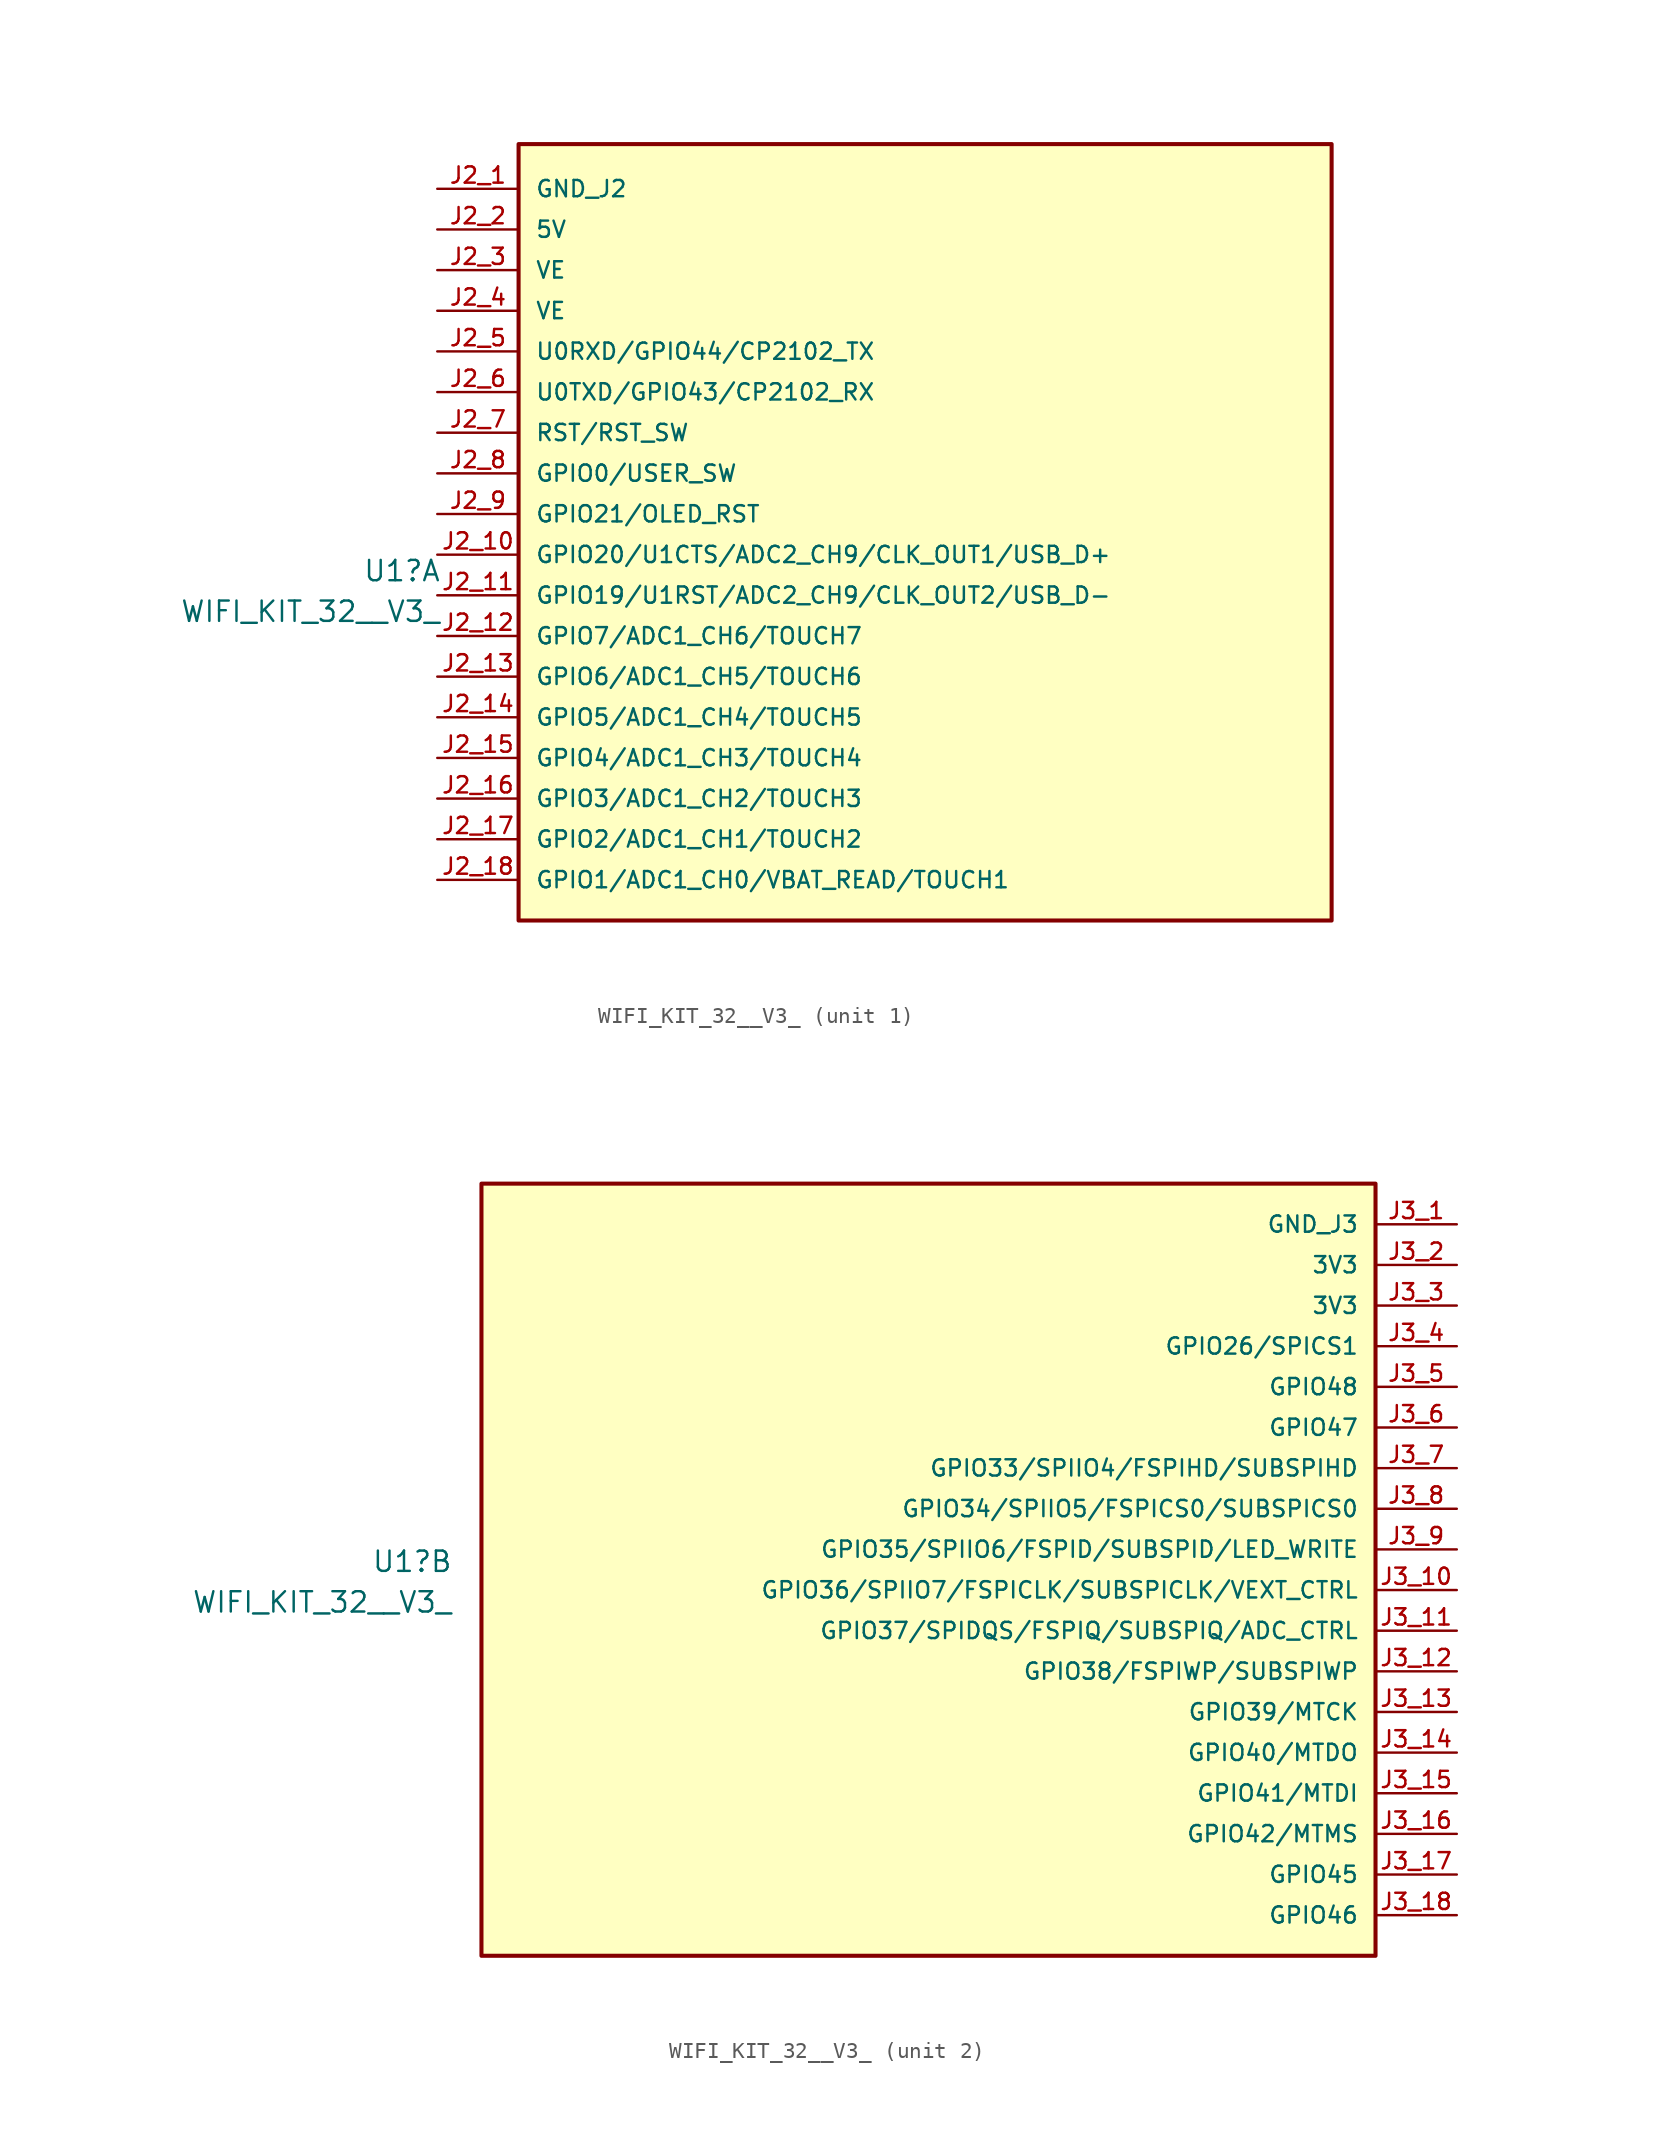
<source format=kicad_sym>
(kicad_symbol_lib
  (version 20241209)
  (generator "kicad_symbol_editor")
  (generator_version "9.0")
  (symbol "WIFI_KIT_32__V3_"
    (pin_names
      (offset 1.016))
    (property "Reference" "U1"
      (at -30.226 -1.016 0)
      (effects (font (size 1.27 1.27)) (justify right)))
    (property "Value" "WIFI_KIT_32__V3_"
      (at -30.226 -3.556 0)
      (effects (font (size 1.27 1.27)) (justify right)))
    (symbol "WIFI_KIT_32__V3__1_0"
      (rectangle (start -25.4 25.654) (end 25.4 -22.86) (stroke (width 0.254) (type default)) (fill (type background)))
      (pin power_in line (at -30.48 22.86 0) (length 5.08) (name "GND_J2" (effects (font (size 1.016 1.016)))) (number "J2_1" (effects (font (size 1.016 1.016)))))
      (pin power_in line (at -30.48 20.32 0) (length 5.08) (name "5V" (effects (font (size 1.016 1.016)))) (number "J2_2" (effects (font (size 1.016 1.016)))))
      (pin power_in line (at -30.48 17.78 0) (length 5.08) (name "VE" (effects (font (size 1.016 1.016)))) (number "J2_3" (effects (font (size 1.016 1.016)))))
      (pin power_in line (at -30.48 15.24 0) (length 5.08) (name "VE" (effects (font (size 1.016 1.016)))) (number "J2_4" (effects (font (size 1.016 1.016)))))
      (pin bidirectional line (at -30.48 12.7 0) (length 5.08) (name "U0RXD/GPIO44/CP2102_TX" (effects (font (size 1.016 1.016)))) (number "J2_5" (effects (font (size 1.016 1.016)))))
      (pin bidirectional line (at -30.48 10.16 0) (length 5.08) (name "U0TXD/GPIO43/CP2102_RX" (effects (font (size 1.016 1.016)))) (number "J2_6" (effects (font (size 1.016 1.016)))))
      (pin input line (at -30.48 7.62 0) (length 5.08) (name "RST/RST_SW" (effects (font (size 1.016 1.016)))) (number "J2_7" (effects (font (size 1.016 1.016)))))
      (pin bidirectional line (at -30.48 5.08 0) (length 5.08) (name "GPIO0/USER_SW" (effects (font (size 1.016 1.016)))) (number "J2_8" (effects (font (size 1.016 1.016)))))
      (pin bidirectional line (at -30.48 2.54 0) (length 5.08) (name "GPIO21/OLED_RST" (effects (font (size 1.016 1.016)))) (number "J2_9" (effects (font (size 1.016 1.016)))))
      (pin bidirectional line (at -30.48 0 0) (length 5.08) (name "GPIO20/U1CTS/ADC2_CH9/CLK_OUT1/USB_D+" (effects (font (size 1.016 1.016)))) (number "J2_10" (effects (font (size 1.016 1.016)))))
      (pin bidirectional line (at -30.48 -2.54 0) (length 5.08) (name "GPIO19/U1RST/ADC2_CH9/CLK_OUT2/USB_D-" (effects (font (size 1.016 1.016)))) (number "J2_11" (effects (font (size 1.016 1.016)))))
      (pin bidirectional line (at -30.48 -5.08 0) (length 5.08) (name "GPIO7/ADC1_CH6/TOUCH7" (effects (font (size 1.016 1.016)))) (number "J2_12" (effects (font (size 1.016 1.016)))))
      (pin bidirectional line (at -30.48 -7.62 0) (length 5.08) (name "GPIO6/ADC1_CH5/TOUCH6" (effects (font (size 1.016 1.016)))) (number "J2_13" (effects (font (size 1.016 1.016)))))
      (pin bidirectional line (at -30.48 -10.16 0) (length 5.08) (name "GPIO5/ADC1_CH4/TOUCH5" (effects (font (size 1.016 1.016)))) (number "J2_14" (effects (font (size 1.016 1.016)))))
      (pin bidirectional line (at -30.48 -12.7 0) (length 5.08) (name "GPIO4/ADC1_CH3/TOUCH4" (effects (font (size 1.016 1.016)))) (number "J2_15" (effects (font (size 1.016 1.016)))))
      (pin bidirectional line (at -30.48 -15.24 0) (length 5.08) (name "GPIO3/ADC1_CH2/TOUCH3" (effects (font (size 1.016 1.016)))) (number "J2_16" (effects (font (size 1.016 1.016)))))
      (pin bidirectional line (at -30.48 -17.78 0) (length 5.08) (name "GPIO2/ADC1_CH1/TOUCH2" (effects (font (size 1.016 1.016)))) (number "J2_17" (effects (font (size 1.016 1.016)))))
      (pin bidirectional line (at -30.48 -20.32 0) (length 5.08) (name "GPIO1/ADC1_CH0/VBAT_READ/TOUCH1" (effects (font (size 1.016 1.016)))) (number "J2_18" (effects (font (size 1.016 1.016))))))
    (symbol "WIFI_KIT_32__V3__2_0"
      (rectangle (start -28.448 22.606) (end 27.432 -25.654) (stroke (width 0.254) (type default)) (fill (type background)))
      (pin power_in line (at 32.512 20.066 180) (length 5.08) (name "GND_J3" (effects (font (size 1.016 1.016)))) (number "J3_1" (effects (font (size 1.016 1.016)))))
      (pin power_in line (at 32.512 17.526 180) (length 5.08) (name "3V3" (effects (font (size 1.016 1.016)))) (number "J3_2" (effects (font (size 1.016 1.016)))))
      (pin power_in line (at 32.512 14.986 180) (length 5.08) (name "3V3" (effects (font (size 1.016 1.016)))) (number "J3_3" (effects (font (size 1.016 1.016)))))
      (pin bidirectional line (at 32.512 12.446 180) (length 5.08) (name "GPIO26/SPICS1" (effects (font (size 1.016 1.016)))) (number "J3_4" (effects (font (size 1.016 1.016)))))
      (pin bidirectional line (at 32.512 9.906 180) (length 5.08) (name "GPIO48" (effects (font (size 1.016 1.016)))) (number "J3_5" (effects (font (size 1.016 1.016)))))
      (pin bidirectional line (at 32.512 7.366 180) (length 5.08) (name "GPIO47" (effects (font (size 1.016 1.016)))) (number "J3_6" (effects (font (size 1.016 1.016)))))
      (pin bidirectional line (at 32.512 4.826 180) (length 5.08) (name "GPIO33/SPIIO4/FSPIHD/SUBSPIHD" (effects (font (size 1.016 1.016)))) (number "J3_7" (effects (font (size 1.016 1.016)))))
      (pin bidirectional line (at 32.512 2.286 180) (length 5.08) (name "GPIO34/SPIIO5/FSPICS0/SUBSPICS0" (effects (font (size 1.016 1.016)))) (number "J3_8" (effects (font (size 1.016 1.016)))))
      (pin bidirectional line (at 32.512 -0.254 180) (length 5.08) (name "GPIO35/SPIIO6/FSPID/SUBSPID/LED_WRITE" (effects (font (size 1.016 1.016)))) (number "J3_9" (effects (font (size 1.016 1.016)))))
      (pin bidirectional line (at 32.512 -2.794 180) (length 5.08) (name "GPIO36/SPIIO7/FSPICLK/SUBSPICLK/VEXT_CTRL" (effects (font (size 1.016 1.016)))) (number "J3_10" (effects (font (size 1.016 1.016)))))
      (pin bidirectional line (at 32.512 -5.334 180) (length 5.08) (name "GPIO37/SPIDQS/FSPIQ/SUBSPIQ/ADC_CTRL" (effects (font (size 1.016 1.016)))) (number "J3_11" (effects (font (size 1.016 1.016)))))
      (pin bidirectional line (at 32.512 -7.874 180) (length 5.08) (name "GPIO38/FSPIWP/SUBSPIWP" (effects (font (size 1.016 1.016)))) (number "J3_12" (effects (font (size 1.016 1.016)))))
      (pin bidirectional line (at 32.512 -10.414 180) (length 5.08) (name "GPIO39/MTCK" (effects (font (size 1.016 1.016)))) (number "J3_13" (effects (font (size 1.016 1.016)))))
      (pin bidirectional line (at 32.512 -12.954 180) (length 5.08) (name "GPIO40/MTDO" (effects (font (size 1.016 1.016)))) (number "J3_14" (effects (font (size 1.016 1.016)))))
      (pin bidirectional line (at 32.512 -15.494 180) (length 5.08) (name "GPIO41/MTDI" (effects (font (size 1.016 1.016)))) (number "J3_15" (effects (font (size 1.016 1.016)))))
      (pin bidirectional line (at 32.512 -18.034 180) (length 5.08) (name "GPIO42/MTMS" (effects (font (size 1.016 1.016)))) (number "J3_16" (effects (font (size 1.016 1.016)))))
      (pin bidirectional line (at 32.512 -20.574 180) (length 5.08) (name "GPIO45" (effects (font (size 1.016 1.016)))) (number "J3_17" (effects (font (size 1.016 1.016)))))
      (pin bidirectional line (at 32.512 -23.114 180) (length 5.08) (name "GPIO46" (effects (font (size 1.016 1.016)))) (number "J3_18" (effects (font (size 1.016 1.016))))))))
</source>
